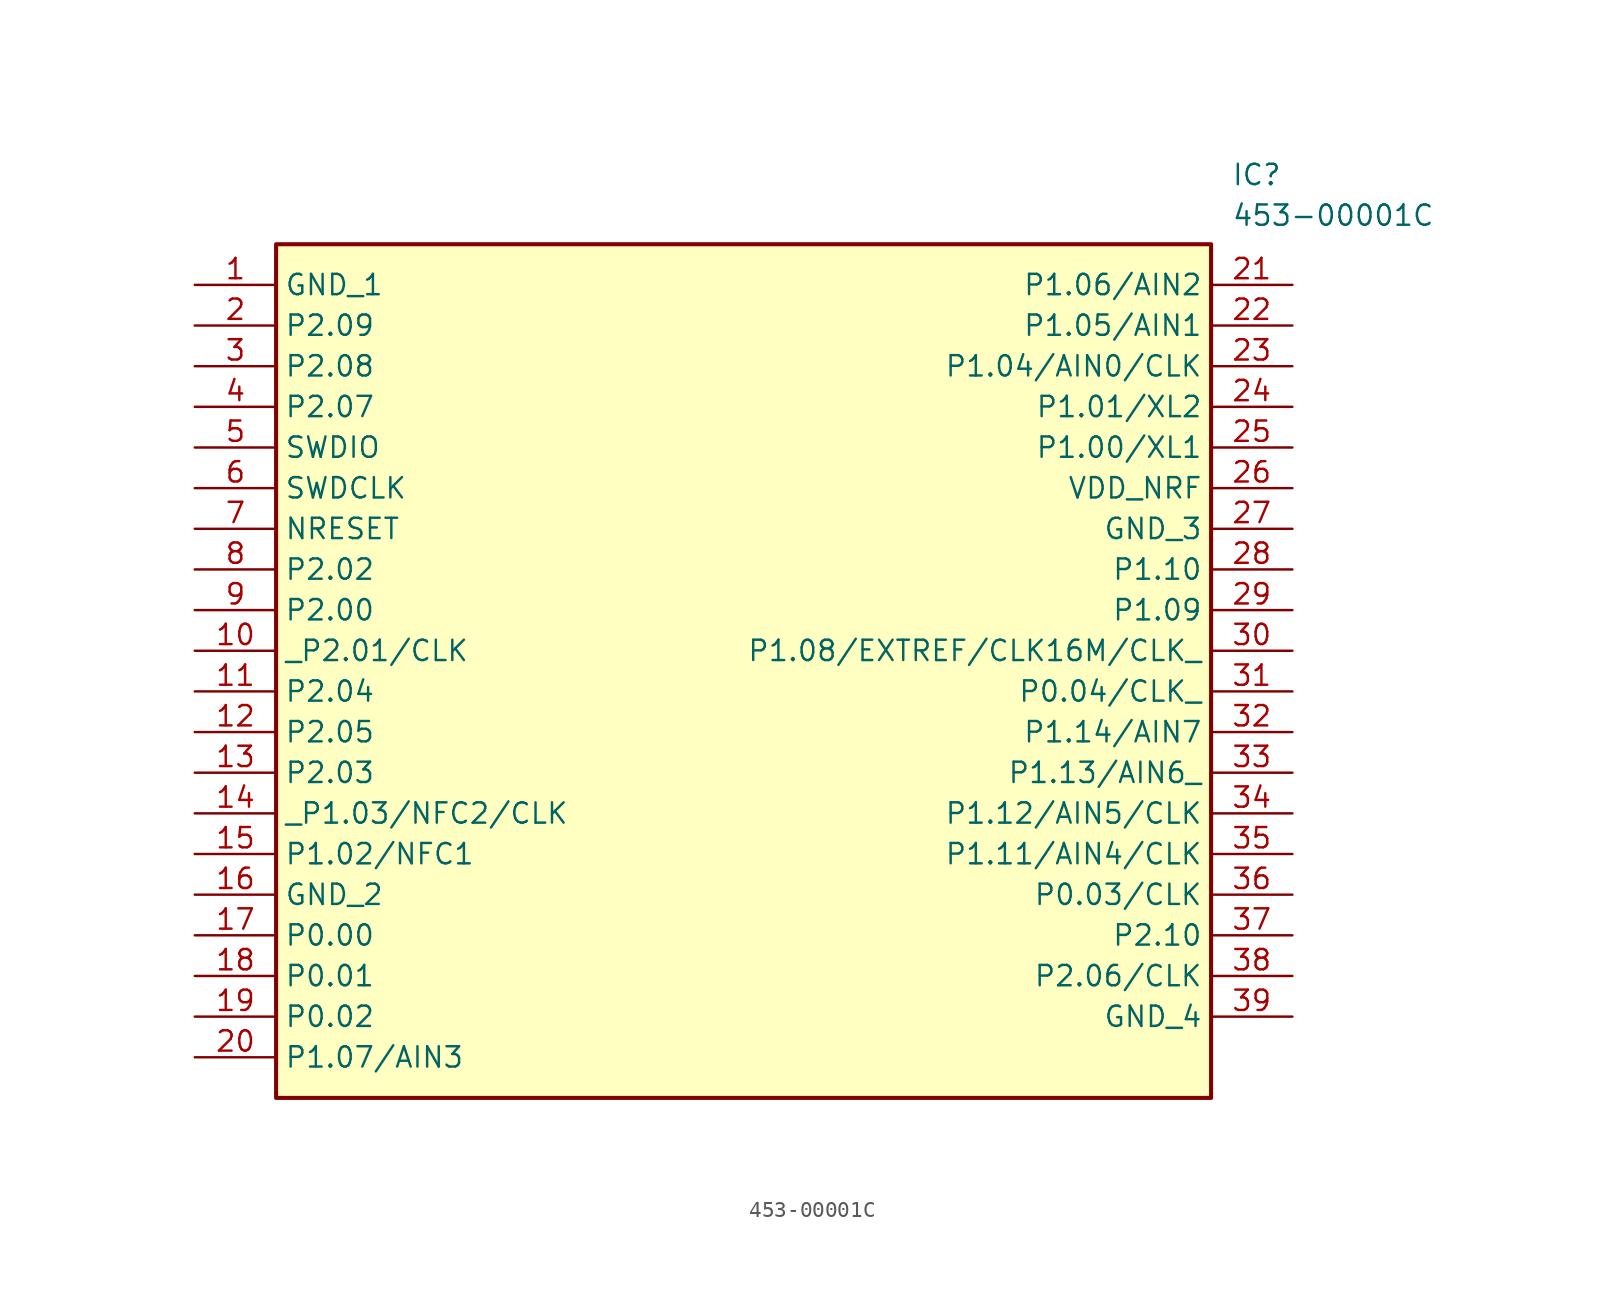
<source format=kicad_sym>
(kicad_symbol_lib
  (version 20220914)
  (generator SamacSys_ECAD_Model)
  (symbol "453-00001C"
    (property "Reference" "IC"
      (at 64.77 7.62 0)
      (effects (font (size 1.27 1.27)) (justify left top)))
    (property "Value" "453-00001C"
      (at 64.77 5.08 0)
      (effects (font (size 1.27 1.27)) (justify left top)))
    (rectangle
      (start 5.08 2.54)
      (end 63.5 -50.8)
      (stroke (width 0.254) (type default))
      (fill (type background)))
    (pin passive line
      (at 0 0 0)
      (length 5.08)
      (name "GND_1" (effects (font (size 1.27 1.27))))
      (number "1" (effects (font (size 1.27 1.27)))))
    (pin passive line
      (at 0 -2.54 0)
      (length 5.08)
      (name "P2.09" (effects (font (size 1.27 1.27))))
      (number "2" (effects (font (size 1.27 1.27)))))
    (pin passive line
      (at 0 -5.08 0)
      (length 5.08)
      (name "P2.08" (effects (font (size 1.27 1.27))))
      (number "3" (effects (font (size 1.27 1.27)))))
    (pin passive line
      (at 0 -7.62 0)
      (length 5.08)
      (name "P2.07" (effects (font (size 1.27 1.27))))
      (number "4" (effects (font (size 1.27 1.27)))))
    (pin passive line
      (at 0 -10.16 0)
      (length 5.08)
      (name "SWDIO" (effects (font (size 1.27 1.27))))
      (number "5" (effects (font (size 1.27 1.27)))))
    (pin passive line
      (at 0 -12.7 0)
      (length 5.08)
      (name "SWDCLK" (effects (font (size 1.27 1.27))))
      (number "6" (effects (font (size 1.27 1.27)))))
    (pin passive line
      (at 0 -15.24 0)
      (length 5.08)
      (name "NRESET" (effects (font (size 1.27 1.27))))
      (number "7" (effects (font (size 1.27 1.27)))))
    (pin passive line
      (at 0 -17.78 0)
      (length 5.08)
      (name "P2.02" (effects (font (size 1.27 1.27))))
      (number "8" (effects (font (size 1.27 1.27)))))
    (pin passive line
      (at 0 -20.32 0)
      (length 5.08)
      (name "P2.00" (effects (font (size 1.27 1.27))))
      (number "9" (effects (font (size 1.27 1.27)))))
    (pin passive line
      (at 0 -22.86 0)
      (length 5.08)
      (name "_P2.01/CLK" (effects (font (size 1.27 1.27))))
      (number "10" (effects (font (size 1.27 1.27)))))
    (pin passive line
      (at 0 -25.4 0)
      (length 5.08)
      (name "P2.04" (effects (font (size 1.27 1.27))))
      (number "11" (effects (font (size 1.27 1.27)))))
    (pin passive line
      (at 0 -27.94 0)
      (length 5.08)
      (name "P2.05" (effects (font (size 1.27 1.27))))
      (number "12" (effects (font (size 1.27 1.27)))))
    (pin passive line
      (at 0 -30.48 0)
      (length 5.08)
      (name "P2.03" (effects (font (size 1.27 1.27))))
      (number "13" (effects (font (size 1.27 1.27)))))
    (pin passive line
      (at 0 -33.02 0)
      (length 5.08)
      (name "_P1.03/NFC2/CLK" (effects (font (size 1.27 1.27))))
      (number "14" (effects (font (size 1.27 1.27)))))
    (pin passive line
      (at 0 -35.56 0)
      (length 5.08)
      (name "P1.02/NFC1" (effects (font (size 1.27 1.27))))
      (number "15" (effects (font (size 1.27 1.27)))))
    (pin passive line
      (at 0 -38.1 0)
      (length 5.08)
      (name "GND_2" (effects (font (size 1.27 1.27))))
      (number "16" (effects (font (size 1.27 1.27)))))
    (pin passive line
      (at 0 -40.64 0)
      (length 5.08)
      (name "P0.00" (effects (font (size 1.27 1.27))))
      (number "17" (effects (font (size 1.27 1.27)))))
    (pin passive line
      (at 0 -43.18 0)
      (length 5.08)
      (name "P0.01" (effects (font (size 1.27 1.27))))
      (number "18" (effects (font (size 1.27 1.27)))))
    (pin passive line
      (at 0 -45.72 0)
      (length 5.08)
      (name "P0.02" (effects (font (size 1.27 1.27))))
      (number "19" (effects (font (size 1.27 1.27)))))
    (pin passive line
      (at 0 -48.26 0)
      (length 5.08)
      (name "P1.07/AIN3" (effects (font (size 1.27 1.27))))
      (number "20" (effects (font (size 1.27 1.27)))))
    (pin passive line
      (at 68.58 0 180)
      (length 5.08)
      (name "P1.06/AIN2" (effects (font (size 1.27 1.27))))
      (number "21" (effects (font (size 1.27 1.27)))))
    (pin passive line
      (at 68.58 -2.54 180)
      (length 5.08)
      (name "P1.05/AIN1" (effects (font (size 1.27 1.27))))
      (number "22" (effects (font (size 1.27 1.27)))))
    (pin passive line
      (at 68.58 -5.08 180)
      (length 5.08)
      (name "P1.04/AIN0/CLK" (effects (font (size 1.27 1.27))))
      (number "23" (effects (font (size 1.27 1.27)))))
    (pin passive line
      (at 68.58 -7.62 180)
      (length 5.08)
      (name "P1.01/XL2" (effects (font (size 1.27 1.27))))
      (number "24" (effects (font (size 1.27 1.27)))))
    (pin passive line
      (at 68.58 -10.16 180)
      (length 5.08)
      (name "P1.00/XL1" (effects (font (size 1.27 1.27))))
      (number "25" (effects (font (size 1.27 1.27)))))
    (pin passive line
      (at 68.58 -12.7 180)
      (length 5.08)
      (name "VDD_NRF" (effects (font (size 1.27 1.27))))
      (number "26" (effects (font (size 1.27 1.27)))))
    (pin passive line
      (at 68.58 -15.24 180)
      (length 5.08)
      (name "GND_3" (effects (font (size 1.27 1.27))))
      (number "27" (effects (font (size 1.27 1.27)))))
    (pin passive line
      (at 68.58 -17.78 180)
      (length 5.08)
      (name "P1.10" (effects (font (size 1.27 1.27))))
      (number "28" (effects (font (size 1.27 1.27)))))
    (pin passive line
      (at 68.58 -20.32 180)
      (length 5.08)
      (name "P1.09" (effects (font (size 1.27 1.27))))
      (number "29" (effects (font (size 1.27 1.27)))))
    (pin passive line
      (at 68.58 -22.86 180)
      (length 5.08)
      (name "P1.08/EXTREF/CLK16M/CLK_" (effects (font (size 1.27 1.27))))
      (number "30" (effects (font (size 1.27 1.27)))))
    (pin passive line
      (at 68.58 -25.4 180)
      (length 5.08)
      (name "P0.04/CLK_" (effects (font (size 1.27 1.27))))
      (number "31" (effects (font (size 1.27 1.27)))))
    (pin passive line
      (at 68.58 -27.94 180)
      (length 5.08)
      (name "P1.14/AIN7" (effects (font (size 1.27 1.27))))
      (number "32" (effects (font (size 1.27 1.27)))))
    (pin passive line
      (at 68.58 -30.48 180)
      (length 5.08)
      (name "P1.13/AIN6_" (effects (font (size 1.27 1.27))))
      (number "33" (effects (font (size 1.27 1.27)))))
    (pin passive line
      (at 68.58 -33.02 180)
      (length 5.08)
      (name "P1.12/AIN5/CLK" (effects (font (size 1.27 1.27))))
      (number "34" (effects (font (size 1.27 1.27)))))
    (pin passive line
      (at 68.58 -35.56 180)
      (length 5.08)
      (name "P1.11/AIN4/CLK" (effects (font (size 1.27 1.27))))
      (number "35" (effects (font (size 1.27 1.27)))))
    (pin passive line
      (at 68.58 -38.1 180)
      (length 5.08)
      (name "P0.03/CLK" (effects (font (size 1.27 1.27))))
      (number "36" (effects (font (size 1.27 1.27)))))
    (pin passive line
      (at 68.58 -40.64 180)
      (length 5.08)
      (name "P2.10" (effects (font (size 1.27 1.27))))
      (number "37" (effects (font (size 1.27 1.27)))))
    (pin passive line
      (at 68.58 -43.18 180)
      (length 5.08)
      (name "P2.06/CLK" (effects (font (size 1.27 1.27))))
      (number "38" (effects (font (size 1.27 1.27)))))
    (pin passive line
      (at 68.58 -45.72 180)
      (length 5.08)
      (name "GND_4" (effects (font (size 1.27 1.27))))
      (number "39" (effects (font (size 1.27 1.27)))))))
</source>
